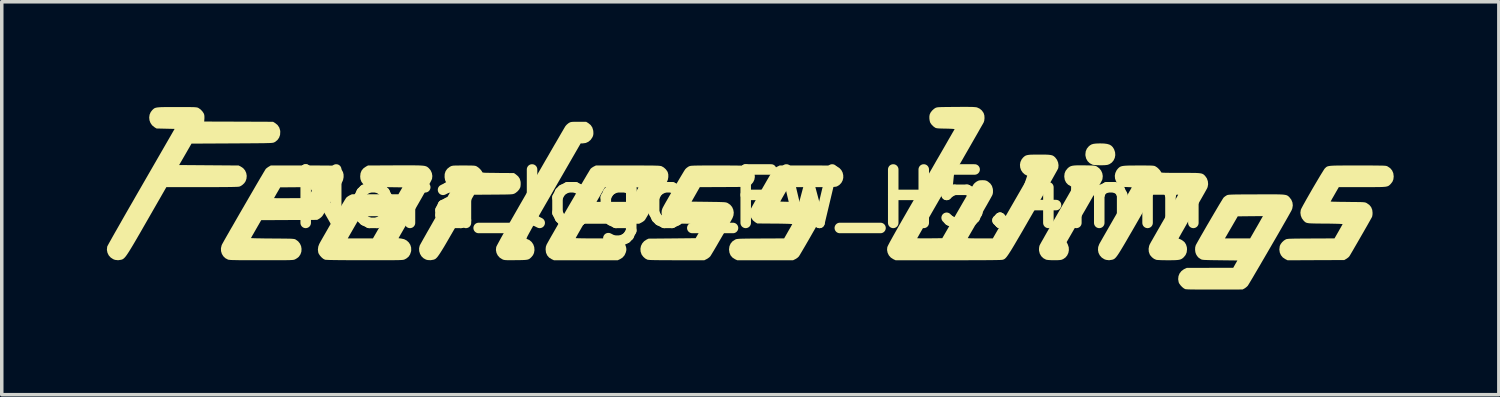
<source format=kicad_pcb>
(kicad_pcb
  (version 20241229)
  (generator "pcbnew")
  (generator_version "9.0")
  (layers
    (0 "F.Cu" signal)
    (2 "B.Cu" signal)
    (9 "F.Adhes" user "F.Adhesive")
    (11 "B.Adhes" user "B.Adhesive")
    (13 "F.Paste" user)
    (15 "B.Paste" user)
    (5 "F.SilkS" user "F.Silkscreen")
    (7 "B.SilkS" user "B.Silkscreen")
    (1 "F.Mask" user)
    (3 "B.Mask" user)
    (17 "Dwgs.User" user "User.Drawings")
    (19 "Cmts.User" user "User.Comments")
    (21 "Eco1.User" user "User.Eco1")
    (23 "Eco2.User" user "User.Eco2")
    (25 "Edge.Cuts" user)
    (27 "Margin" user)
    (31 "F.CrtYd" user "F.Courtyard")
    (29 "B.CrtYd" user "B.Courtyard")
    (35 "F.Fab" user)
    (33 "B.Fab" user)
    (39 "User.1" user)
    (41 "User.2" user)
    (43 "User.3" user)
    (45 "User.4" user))
  (footprint "Nora_logo_FW_H5.4mm"
    (layer "F.Cu")
    (at 18.336 2.62)
    (property "Reference" "Nora_logo_FW_H5.4mm" (at 0 0 0) (layer "F.SilkS") (effects (font (size 1.524 1.524) (thickness 0.3))))
    (attr board_only exclude_from_pos_files exclude_from_bom)
    (fp_poly (pts (xy 10.115 -1.575) (xy 10.2 -1.564) (xy 10.267 -1.545) (xy 10.32 -1.515) (xy 10.362 -1.474) (xy 10.397 -1.419) (xy 10.403 -1.407) (xy 10.43 -1.326) (xy 10.436 -1.243) (xy 10.421 -1.164) (xy 10.387 -1.092) (xy 10.337 -1.032) (xy 10.271 -0.987) (xy 10.221 -0.968) (xy 10.184 -0.962) (xy 10.129 -0.957) (xy 10.063 -0.955) (xy 9.991 -0.955) (xy 9.921 -0.957) (xy 9.858 -0.961) (xy 9.809 -0.966) (xy 9.785 -0.972) (xy 9.708 -1.012) (xy 9.648 -1.07) (xy 9.606 -1.143) (xy 9.585 -1.226) (xy 9.583 -1.266) (xy 9.593 -1.353) (xy 9.625 -1.428) (xy 9.677 -1.492) (xy 9.716 -1.524) (xy 9.757 -1.548) (xy 9.808 -1.564) (xy 9.871 -1.573) (xy 9.951 -1.577) (xy 10.009 -1.578)) (stroke (width 0) (type solid)) (fill yes) (layer "F.SilkS"))
    (fp_poly (pts (xy 9.528 -0.953) (xy 9.56 -0.952) (xy 9.655 -0.951) (xy 9.729 -0.949) (xy 9.784 -0.947) (xy 9.824 -0.944) (xy 9.854 -0.94) (xy 9.876 -0.934) (xy 9.895 -0.927) (xy 9.909 -0.92) (xy 9.978 -0.869) (xy 10.031 -0.804) (xy 10.065 -0.728) (xy 10.079 -0.646) (xy 10.07 -0.563) (xy 10.061 -0.534) (xy 10.052 -0.517) (xy 10.032 -0.478) (xy 10.001 -0.422) (xy 9.96 -0.349) (xy 9.91 -0.26) (xy 9.852 -0.159) (xy 9.788 -0.047) (xy 9.718 0.076) (xy 9.643 0.206) (xy 9.565 0.342) (xy 9.546 0.374) (xy 9.048 1.238) (xy 9.081 1.305) (xy 9.108 1.386) (xy 9.112 1.468) (xy 9.097 1.547) (xy 9.063 1.619) (xy 9.013 1.679) (xy 8.947 1.724) (xy 8.898 1.743) (xy 8.86 1.749) (xy 8.804 1.753) (xy 8.737 1.755) (xy 8.665 1.755) (xy 8.594 1.753) (xy 8.531 1.749) (xy 8.482 1.743) (xy 8.459 1.738) (xy 8.384 1.698) (xy 8.324 1.64) (xy 8.282 1.568) (xy 8.261 1.485) (xy 8.259 1.448) (xy 8.262 1.398) (xy 8.27 1.352) (xy 8.277 1.33) (xy 8.286 1.313) (xy 8.307 1.274) (xy 8.338 1.218) (xy 8.38 1.145) (xy 8.429 1.058) (xy 8.486 0.957) (xy 8.55 0.846) (xy 8.619 0.726) (xy 8.692 0.599) (xy 8.756 0.488) (xy 8.831 0.357) (xy 8.903 0.232) (xy 8.97 0.116) (xy 9.031 0.01) (xy 9.086 -0.085) (xy 9.132 -0.166) (xy 9.17 -0.232) (xy 9.199 -0.281) (xy 9.216 -0.311) (xy 9.222 -0.321) (xy 9.214 -0.33) (xy 9.189 -0.345) (xy 9.164 -0.357) (xy 9.088 -0.402) (xy 9.031 -0.463) (xy 8.995 -0.538) (xy 8.981 -0.626) (xy 8.981 -0.644) (xy 8.99 -0.725) (xy 9.019 -0.796) (xy 9.07 -0.86) (xy 9.078 -0.868) (xy 9.107 -0.894) (xy 9.137 -0.914) (xy 9.171 -0.93) (xy 9.214 -0.941) (xy 9.267 -0.948) (xy 9.335 -0.952) (xy 9.421 -0.953)) (stroke (width 0) (type solid)) (fill yes) (layer "F.SilkS"))
    (fp_poly (pts (xy -4.6 -2.157) (xy -4.532 -2.102) (xy -4.486 -2.033) (xy -4.461 -1.95) (xy -4.456 -1.907) (xy -4.455 -1.854) (xy -4.46 -1.814) (xy -4.473 -1.775) (xy -4.485 -1.75) (xy -4.534 -1.678) (xy -4.599 -1.624) (xy -4.677 -1.59) (xy -4.765 -1.578) (xy -4.818 -1.578) (xy -5.602 -0.22) (xy -5.718 -0.018) (xy -5.823 0.163) (xy -5.916 0.325) (xy -5.998 0.468) (xy -6.069 0.593) (xy -6.131 0.702) (xy -6.185 0.795) (xy -6.229 0.875) (xy -6.266 0.942) (xy -6.296 0.996) (xy -6.32 1.041) (xy -6.338 1.075) (xy -6.35 1.102) (xy -6.358 1.121) (xy -6.362 1.133) (xy -6.362 1.141) (xy -6.36 1.146) (xy -6.358 1.147) (xy -6.281 1.18) (xy -6.218 1.233) (xy -6.171 1.301) (xy -6.143 1.379) (xy -6.136 1.465) (xy -6.137 1.474) (xy -6.15 1.549) (xy -6.178 1.61) (xy -6.223 1.666) (xy -6.224 1.666) (xy -6.249 1.69) (xy -6.271 1.709) (xy -6.296 1.724) (xy -6.324 1.735) (xy -6.361 1.742) (xy -6.409 1.747) (xy -6.473 1.75) (xy -6.554 1.752) (xy -6.657 1.753) (xy -6.668 1.753) (xy -6.768 1.754) (xy -6.846 1.754) (xy -6.906 1.754) (xy -6.95 1.752) (xy -6.983 1.749) (xy -7.008 1.745) (xy -7.028 1.739) (xy -7.047 1.731) (xy -7.05 1.73) (xy -7.126 1.683) (xy -7.183 1.62) (xy -7.22 1.546) (xy -7.236 1.464) (xy -7.228 1.381) (xy -7.221 1.363) (xy -7.204 1.328) (xy -7.176 1.276) (xy -7.138 1.206) (xy -7.09 1.117) (xy -7.03 1.01) (xy -6.959 0.885) (xy -6.876 0.739) (xy -6.782 0.574) (xy -6.676 0.389) (xy -6.558 0.183) (xy -6.427 -0.044) (xy -6.284 -0.293) (xy -6.252 -0.349) (xy -6.142 -0.54) (xy -6.035 -0.725) (xy -5.931 -0.904) (xy -5.833 -1.075) (xy -5.739 -1.236) (xy -5.652 -1.387) (xy -5.571 -1.527) (xy -5.497 -1.653) (xy -5.432 -1.765) (xy -5.376 -1.862) (xy -5.329 -1.942) (xy -5.293 -2.004) (xy -5.268 -2.046) (xy -5.254 -2.069) (xy -5.253 -2.071) (xy -5.219 -2.11) (xy -5.176 -2.147) (xy -5.157 -2.16) (xy -5.134 -2.173) (xy -5.114 -2.182) (xy -5.091 -2.188) (xy -5.061 -2.192) (xy -5.02 -2.194) (xy -4.962 -2.195) (xy -4.884 -2.195) (xy -4.662 -2.195)) (stroke (width 0) (type solid)) (fill yes) (layer "F.SilkS"))
    (fp_poly (pts (xy -8.057 -0.948) (xy -7.98 -0.947) (xy -7.92 -0.946) (xy -7.877 -0.944) (xy -7.845 -0.941) (xy -7.821 -0.937) (xy -7.803 -0.931) (xy -7.786 -0.923) (xy -7.781 -0.92) (xy -7.739 -0.892) (xy -7.696 -0.854) (xy -7.659 -0.813) (xy -7.634 -0.776) (xy -7.63 -0.766) (xy -7.627 -0.759) (xy -7.621 -0.753) (xy -7.611 -0.749) (xy -7.593 -0.745) (xy -7.565 -0.742) (xy -7.524 -0.74) (xy -7.468 -0.739) (xy -7.395 -0.738) (xy -7.301 -0.737) (xy -7.185 -0.736) (xy -7.171 -0.735) (xy -6.721 -0.732) (xy -6.666 -0.693) (xy -6.6 -0.636) (xy -6.557 -0.573) (xy -6.535 -0.499) (xy -6.53 -0.459) (xy -6.53 -0.404) (xy -6.535 -0.353) (xy -6.541 -0.324) (xy -6.57 -0.268) (xy -6.615 -0.214) (xy -6.671 -0.168) (xy -6.706 -0.147) (xy -6.721 -0.141) (xy -6.737 -0.136) (xy -6.756 -0.131) (xy -6.782 -0.128) (xy -6.815 -0.125) (xy -6.86 -0.123) (xy -6.918 -0.121) (xy -6.992 -0.12) (xy -7.084 -0.119) (xy -7.198 -0.118) (xy -7.311 -0.117) (xy -7.858 -0.113) (xy -8.354 0.748) (xy -8.451 0.916) (xy -8.536 1.063) (xy -8.61 1.191) (xy -8.674 1.301) (xy -8.73 1.395) (xy -8.778 1.473) (xy -8.819 1.538) (xy -8.854 1.591) (xy -8.884 1.633) (xy -8.909 1.666) (xy -8.932 1.69) (xy -8.952 1.709) (xy -8.972 1.722) (xy -8.991 1.731) (xy -9.01 1.738) (xy -9.018 1.74) (xy -9.098 1.754) (xy -9.179 1.75) (xy -9.23 1.738) (xy -9.302 1.699) (xy -9.36 1.643) (xy -9.401 1.574) (xy -9.425 1.496) (xy -9.428 1.414) (xy -9.412 1.341) (xy -9.403 1.322) (xy -9.382 1.283) (xy -9.35 1.226) (xy -9.309 1.152) (xy -9.259 1.064) (xy -9.202 0.963) (xy -9.138 0.851) (xy -9.069 0.73) (xy -8.996 0.602) (xy -8.928 0.485) (xy -8.852 0.354) (xy -8.781 0.23) (xy -8.713 0.113) (xy -8.652 0.007) (xy -8.598 -0.088) (xy -8.551 -0.169) (xy -8.513 -0.235) (xy -8.485 -0.285) (xy -8.468 -0.315) (xy -8.462 -0.325) (xy -8.473 -0.332) (xy -8.5 -0.346) (xy -8.522 -0.356) (xy -8.598 -0.4) (xy -8.652 -0.456) (xy -8.686 -0.526) (xy -8.701 -0.613) (xy -8.701 -0.614) (xy -8.698 -0.706) (xy -8.672 -0.786) (xy -8.625 -0.853) (xy -8.555 -0.908) (xy -8.533 -0.92) (xy -8.516 -0.929) (xy -8.498 -0.935) (xy -8.477 -0.94) (xy -8.447 -0.944) (xy -8.407 -0.946) (xy -8.352 -0.947) (xy -8.28 -0.948) (xy -8.187 -0.948) (xy -8.157 -0.948)) (stroke (width 0) (type solid)) (fill yes) (layer "F.SilkS"))
    (fp_poly (pts (xy -16.339 -2.615) (xy -16.205 -2.615) (xy -16.093 -2.615) (xy -16.002 -2.615) (xy -15.929 -2.614) (xy -15.872 -2.613) (xy -15.828 -2.611) (xy -15.795 -2.608) (xy -15.771 -2.605) (xy -15.753 -2.601) (xy -15.739 -2.596) (xy -15.726 -2.59) (xy -15.721 -2.587) (xy -15.666 -2.549) (xy -15.615 -2.497) (xy -15.577 -2.442) (xy -15.563 -2.411) (xy -15.554 -2.365) (xy -15.553 -2.306) (xy -15.554 -2.283) (xy -15.56 -2.202) (xy -14.578 -2.199) (xy -13.595 -2.195) (xy -13.533 -2.157) (xy -13.465 -2.101) (xy -13.418 -2.031) (xy -13.393 -1.948) (xy -13.389 -1.913) (xy -13.395 -1.821) (xy -13.423 -1.741) (xy -13.472 -1.673) (xy -13.541 -1.619) (xy -13.561 -1.609) (xy -13.57 -1.605) (xy -13.581 -1.601) (xy -13.595 -1.598) (xy -13.614 -1.595) (xy -13.64 -1.592) (xy -13.674 -1.59) (xy -13.717 -1.588) (xy -13.772 -1.587) (xy -13.84 -1.585) (xy -13.923 -1.584) (xy -14.021 -1.583) (xy -14.138 -1.582) (xy -14.273 -1.581) (xy -14.43 -1.58) (xy -14.609 -1.579) (xy -14.766 -1.578) (xy -15.922 -1.572) (xy -16.098 -1.266) (xy -16.275 -0.961) (xy -14.577 -0.948) (xy -14.517 -0.918) (xy -14.447 -0.871) (xy -14.394 -0.808) (xy -14.36 -0.733) (xy -14.346 -0.652) (xy -14.354 -0.569) (xy -14.381 -0.495) (xy -14.417 -0.443) (xy -14.467 -0.396) (xy -14.524 -0.359) (xy -14.556 -0.346) (xy -14.574 -0.343) (xy -14.609 -0.34) (xy -14.66 -0.338) (xy -14.73 -0.336) (xy -14.819 -0.334) (xy -14.928 -0.333) (xy -15.058 -0.332) (xy -15.21 -0.331) (xy -15.386 -0.331) (xy -15.586 -0.331) (xy -15.622 -0.331) (xy -16.639 -0.331) (xy -17.192 0.632) (xy -17.295 0.811) (xy -17.385 0.968) (xy -17.465 1.106) (xy -17.535 1.226) (xy -17.596 1.329) (xy -17.649 1.417) (xy -17.694 1.49) (xy -17.733 1.551) (xy -17.766 1.6) (xy -17.795 1.64) (xy -17.82 1.67) (xy -17.842 1.693) (xy -17.862 1.71) (xy -17.88 1.723) (xy -17.899 1.732) (xy -17.918 1.738) (xy -17.925 1.741) (xy -18.016 1.755) (xy -18.103 1.745) (xy -18.154 1.726) (xy -18.227 1.679) (xy -18.284 1.616) (xy -18.32 1.541) (xy -18.336 1.459) (xy -18.328 1.373) (xy -18.325 1.361) (xy -18.317 1.345) (xy -18.297 1.308) (xy -18.266 1.251) (xy -18.224 1.177) (xy -18.173 1.085) (xy -18.112 0.977) (xy -18.042 0.855) (xy -17.965 0.72) (xy -17.881 0.572) (xy -17.791 0.414) (xy -17.695 0.247) (xy -17.593 0.071) (xy -17.488 -0.113) (xy -17.379 -0.301) (xy -17.358 -0.338) (xy -16.404 -1.992) (xy -16.662 -1.998) (xy -16.921 -2.004) (xy -16.983 -2.043) (xy -17.047 -2.096) (xy -17.093 -2.163) (xy -17.121 -2.239) (xy -17.129 -2.318) (xy -17.118 -2.398) (xy -17.086 -2.471) (xy -17.047 -2.522) (xy -17.026 -2.544) (xy -17.007 -2.561) (xy -16.988 -2.576) (xy -16.966 -2.587) (xy -16.939 -2.596) (xy -16.904 -2.603) (xy -16.859 -2.608) (xy -16.801 -2.612) (xy -16.728 -2.614) (xy -16.638 -2.615) (xy -16.529 -2.615) (xy -16.397 -2.615)) (stroke (width 0) (type solid)) (fill yes) (layer "F.SilkS"))
    (fp_poly (pts (xy -0.715 -0.948) (xy -0.569 -0.948) (xy -0.445 -0.947) (xy -0.34 -0.946) (xy -0.253 -0.945) (xy -0.182 -0.942) (xy -0.124 -0.939) (xy -0.079 -0.934) (xy -0.043 -0.927) (xy -0.015 -0.919) (xy 0.007 -0.909) (xy 0.025 -0.897) (xy 0.041 -0.883) (xy 0.056 -0.866) (xy 0.067 -0.854) (xy 0.117 -0.782) (xy 0.145 -0.703) (xy 0.152 -0.622) (xy 0.138 -0.543) (xy 0.103 -0.47) (xy 0.049 -0.407) (xy 0.007 -0.376) (xy -0.055 -0.337) (xy -0.737 -0.333) (xy -1.419 -0.33) (xy -1.537 -0.123) (xy -1.654 0.083) (xy -1.167 0.089) (xy -1.043 0.091) (xy -0.942 0.092) (xy -0.861 0.094) (xy -0.797 0.096) (xy -0.747 0.098) (xy -0.71 0.101) (xy -0.683 0.104) (xy -0.661 0.109) (xy -0.644 0.114) (xy -0.629 0.121) (xy -0.62 0.125) (xy -0.55 0.173) (xy -0.497 0.236) (xy -0.464 0.311) (xy -0.45 0.392) (xy -0.458 0.475) (xy -0.485 0.55) (xy -0.502 0.582) (xy -0.529 0.631) (xy -0.565 0.695) (xy -0.608 0.771) (xy -0.657 0.856) (xy -0.71 0.949) (xy -0.766 1.045) (xy -0.823 1.143) (xy -0.879 1.239) (xy -0.932 1.331) (xy -0.982 1.416) (xy -1.027 1.492) (xy -1.065 1.555) (xy -1.094 1.603) (xy -1.113 1.633) (xy -1.118 1.642) (xy -1.15 1.673) (xy -1.193 1.705) (xy -1.221 1.721) (xy -1.29 1.756) (xy -2.08 1.756) (xy -2.248 1.755) (xy -2.392 1.755) (xy -2.515 1.754) (xy -2.617 1.753) (xy -2.701 1.752) (xy -2.769 1.75) (xy -2.822 1.749) (xy -2.862 1.746) (xy -2.891 1.743) (xy -2.911 1.74) (xy -2.919 1.737) (xy -2.976 1.706) (xy -3.03 1.658) (xy -3.074 1.6) (xy -3.081 1.588) (xy -3.108 1.508) (xy -3.113 1.426) (xy -3.097 1.346) (xy -3.06 1.273) (xy -3.006 1.211) (xy -2.943 1.169) (xy -2.882 1.139) (xy -2.21 1.133) (xy -1.537 1.126) (xy -1.302 0.719) (xy -1.806 0.713) (xy -1.932 0.711) (xy -2.036 0.709) (xy -2.119 0.708) (xy -2.185 0.706) (xy -2.235 0.704) (xy -2.273 0.701) (xy -2.3 0.698) (xy -2.32 0.694) (xy -2.335 0.689) (xy -2.347 0.683) (xy -2.354 0.679) (xy -2.427 0.621) (xy -2.476 0.554) (xy -2.503 0.474) (xy -2.51 0.399) (xy -2.503 0.33) (xy -2.483 0.27) (xy -2.477 0.259) (xy -2.457 0.221) (xy -2.427 0.166) (xy -2.388 0.097) (xy -2.342 0.017) (xy -2.291 -0.072) (xy -2.236 -0.167) (xy -2.179 -0.265) (xy -2.121 -0.364) (xy -2.064 -0.46) (xy -2.01 -0.552) (xy -1.96 -0.636) (xy -1.916 -0.709) (xy -1.88 -0.77) (xy -1.852 -0.814) (xy -1.834 -0.84) (xy -1.831 -0.845) (xy -1.793 -0.881) (xy -1.747 -0.913) (xy -1.732 -0.921) (xy -1.719 -0.927) (xy -1.706 -0.931) (xy -1.691 -0.935) (xy -1.671 -0.939) (xy -1.644 -0.941) (xy -1.609 -0.943) (xy -1.564 -0.945) (xy -1.505 -0.946) (xy -1.433 -0.947) (xy -1.343 -0.948) (xy -1.235 -0.948) (xy -1.107 -0.948) (xy -0.956 -0.948) (xy -0.884 -0.948)) (stroke (width 0) (type solid)) (fill yes) (layer "F.SilkS"))
    (fp_poly (pts (xy -3.299 -0.948) (xy -3.148 -0.948) (xy -3.018 -0.948) (xy -2.908 -0.947) (xy -2.817 -0.946) (xy -2.741 -0.946) (xy -2.68 -0.944) (xy -2.632 -0.943) (xy -2.594 -0.941) (xy -2.565 -0.938) (xy -2.542 -0.935) (xy -2.525 -0.932) (xy -2.512 -0.928) (xy -2.505 -0.925) (xy -2.447 -0.892) (xy -2.392 -0.843) (xy -2.349 -0.786) (xy -2.334 -0.756) (xy -2.318 -0.693) (xy -2.317 -0.619) (xy -2.33 -0.546) (xy -2.346 -0.503) (xy -2.359 -0.477) (xy -2.384 -0.432) (xy -2.417 -0.372) (xy -2.459 -0.298) (xy -2.507 -0.214) (xy -2.559 -0.123) (xy -2.614 -0.026) (xy -2.671 0.073) (xy -2.728 0.171) (xy -2.783 0.265) (xy -2.834 0.354) (xy -2.881 0.434) (xy -2.921 0.501) (xy -2.953 0.555) (xy -2.975 0.591) (xy -2.985 0.606) (xy -3.014 0.635) (xy -3.055 0.664) (xy -3.082 0.679) (xy -3.148 0.713) (xy -3.938 0.713) (xy -4.728 0.713) (xy -4.842 0.913) (xy -4.879 0.977) (xy -4.911 1.034) (xy -4.937 1.08) (xy -4.954 1.111) (xy -4.961 1.123) (xy -4.949 1.125) (xy -4.915 1.127) (xy -4.86 1.128) (xy -4.787 1.13) (xy -4.699 1.131) (xy -4.598 1.132) (xy -4.486 1.132) (xy -4.381 1.133) (xy -4.232 1.133) (xy -4.107 1.133) (xy -4.002 1.134) (xy -3.916 1.136) (xy -3.846 1.139) (xy -3.79 1.144) (xy -3.745 1.15) (xy -3.71 1.158) (xy -3.682 1.169) (xy -3.659 1.182) (xy -3.639 1.198) (xy -3.618 1.217) (xy -3.607 1.228) (xy -3.558 1.29) (xy -3.532 1.35) (xy -3.518 1.403) (xy -3.514 1.445) (xy -3.518 1.486) (xy -3.532 1.538) (xy -3.568 1.616) (xy -3.624 1.68) (xy -3.697 1.726) (xy -3.76 1.756) (xy -5.58 1.756) (xy -5.644 1.726) (xy -5.719 1.679) (xy -5.773 1.616) (xy -5.807 1.539) (xy -5.818 1.45) (xy -5.818 1.443) (xy -5.812 1.373) (xy -5.791 1.312) (xy -5.786 1.302) (xy -5.77 1.273) (xy -5.743 1.224) (xy -5.706 1.158) (xy -5.66 1.077) (xy -5.606 0.983) (xy -5.546 0.878) (xy -5.48 0.763) (xy -5.409 0.64) (xy -5.335 0.511) (xy -5.258 0.379) (xy -5.18 0.244) (xy -5.102 0.11) (xy -5.09 0.089) (xy -4.366 0.089) (xy -3.404 0.089) (xy -3.29 -0.111) (xy -3.253 -0.175) (xy -3.22 -0.232) (xy -3.194 -0.278) (xy -3.177 -0.309) (xy -3.171 -0.32) (xy -3.182 -0.323) (xy -3.216 -0.325) (xy -3.27 -0.326) (xy -3.341 -0.327) (xy -3.427 -0.328) (xy -3.524 -0.328) (xy -3.631 -0.328) (xy -3.646 -0.328) (xy -4.126 -0.324) (xy -4.215 -0.172) (xy -4.25 -0.111) (xy -4.284 -0.052) (xy -4.313 -0.003) (xy -4.333 0.031) (xy -4.335 0.035) (xy -4.366 0.089) (xy -5.09 0.089) (xy -5.024 -0.023) (xy -4.949 -0.153) (xy -4.876 -0.277) (xy -4.808 -0.394) (xy -4.745 -0.502) (xy -4.687 -0.6) (xy -4.638 -0.684) (xy -4.596 -0.753) (xy -4.564 -0.807) (xy -4.543 -0.841) (xy -4.533 -0.856) (xy -4.501 -0.883) (xy -4.459 -0.91) (xy -4.442 -0.919) (xy -4.384 -0.948) (xy -3.474 -0.948)) (stroke (width 0) (type solid)) (fill yes) (layer "F.SilkS"))
    (fp_poly (pts (xy 14.993 -0.125) (xy 15.08 -0.124) (xy 15.152 -0.122) (xy 15.209 -0.119) (xy 15.256 -0.114) (xy 15.292 -0.108) (xy 15.32 -0.101) (xy 15.343 -0.091) (xy 15.362 -0.08) (xy 15.378 -0.067) (xy 15.395 -0.051) (xy 15.404 -0.042) (xy 15.458 0.027) (xy 15.491 0.107) (xy 15.501 0.191) (xy 15.487 0.277) (xy 15.469 0.324) (xy 15.455 0.351) (xy 15.43 0.396) (xy 15.395 0.459) (xy 15.351 0.537) (xy 15.298 0.63) (xy 15.238 0.734) (xy 15.173 0.848) (xy 15.103 0.97) (xy 15.029 1.098) (xy 14.952 1.23) (xy 14.874 1.365) (xy 14.795 1.501) (xy 14.717 1.635) (xy 14.641 1.765) (xy 14.568 1.891) (xy 14.498 2.01) (xy 14.434 2.119) (xy 14.376 2.218) (xy 14.325 2.304) (xy 14.282 2.376) (xy 14.249 2.431) (xy 14.226 2.468) (xy 14.215 2.485) (xy 14.177 2.521) (xy 14.134 2.554) (xy 14.121 2.561) (xy 14.068 2.59) (xy 13.273 2.592) (xy 13.089 2.592) (xy 12.929 2.592) (xy 12.793 2.591) (xy 12.681 2.59) (xy 12.59 2.589) (xy 12.52 2.587) (xy 12.471 2.584) (xy 12.441 2.581) (xy 12.433 2.58) (xy 12.39 2.557) (xy 12.342 2.518) (xy 12.298 2.471) (xy 12.262 2.422) (xy 12.245 2.385) (xy 12.23 2.295) (xy 12.239 2.21) (xy 12.27 2.132) (xy 12.322 2.065) (xy 12.392 2.013) (xy 12.413 2.003) (xy 12.477 1.973) (xy 13.139 1.972) (xy 13.801 1.972) (xy 13.86 1.867) (xy 13.92 1.762) (xy 13.421 1.756) (xy 13.295 1.754) (xy 13.192 1.753) (xy 13.109 1.751) (xy 13.044 1.749) (xy 12.994 1.747) (xy 12.956 1.745) (xy 12.928 1.741) (xy 12.907 1.737) (xy 12.891 1.732) (xy 12.877 1.725) (xy 12.872 1.722) (xy 12.814 1.684) (xy 12.77 1.634) (xy 12.74 1.582) (xy 12.721 1.525) (xy 12.713 1.456) (xy 12.716 1.388) (xy 12.73 1.333) (xy 12.741 1.31) (xy 12.764 1.268) (xy 12.797 1.209) (xy 12.838 1.137) (xy 12.84 1.133) (xy 13.564 1.133) (xy 13.924 1.132) (xy 14.284 1.132) (xy 14.424 0.888) (xy 14.468 0.812) (xy 14.511 0.738) (xy 14.549 0.671) (xy 14.58 0.616) (xy 14.602 0.577) (xy 14.606 0.57) (xy 14.649 0.496) (xy 14.289 0.499) (xy 13.93 0.503) (xy 13.779 0.764) (xy 13.734 0.841) (xy 13.692 0.913) (xy 13.654 0.978) (xy 13.624 1.031) (xy 13.603 1.067) (xy 13.596 1.078) (xy 13.564 1.133) (xy 12.84 1.133) (xy 12.886 1.052) (xy 12.94 0.959) (xy 12.998 0.858) (xy 13.059 0.752) (xy 13.122 0.645) (xy 13.185 0.537) (xy 13.246 0.433) (xy 13.305 0.333) (xy 13.36 0.24) (xy 13.409 0.157) (xy 13.452 0.087) (xy 13.486 0.031) (xy 13.511 -0.009) (xy 13.524 -0.029) (xy 13.525 -0.03) (xy 13.559 -0.06) (xy 13.6 -0.088) (xy 13.61 -0.093) (xy 13.621 -0.099) (xy 13.632 -0.104) (xy 13.646 -0.108) (xy 13.665 -0.111) (xy 13.69 -0.114) (xy 13.724 -0.116) (xy 13.768 -0.118) (xy 13.825 -0.12) (xy 13.897 -0.121) (xy 13.985 -0.122) (xy 14.092 -0.123) (xy 14.219 -0.123) (xy 14.368 -0.124) (xy 14.449 -0.124) (xy 14.618 -0.125) (xy 14.764 -0.126) (xy 14.888 -0.126)) (stroke (width 0) (type solid)) (fill yes) (layer "F.SilkS"))
    (fp_poly (pts (xy -9.567 -0.952) (xy -9.48 -0.951) (xy -9.408 -0.949) (xy -9.35 -0.945) (xy -9.303 -0.941) (xy -9.266 -0.935) (xy -9.237 -0.927) (xy -9.214 -0.918) (xy -9.194 -0.907) (xy -9.176 -0.893) (xy -9.158 -0.878) (xy -9.155 -0.876) (xy -9.1 -0.811) (xy -9.064 -0.733) (xy -9.05 -0.649) (xy -9.059 -0.566) (xy -9.069 -0.544) (xy -9.09 -0.501) (xy -9.123 -0.439) (xy -9.166 -0.36) (xy -9.219 -0.264) (xy -9.282 -0.152) (xy -9.352 -0.028) (xy -9.431 0.11) (xy -9.516 0.258) (xy -9.545 0.308) (xy -9.621 0.439) (xy -9.693 0.565) (xy -9.761 0.682) (xy -9.822 0.789) (xy -9.877 0.884) (xy -9.924 0.966) (xy -9.963 1.033) (xy -9.991 1.083) (xy -10.009 1.115) (xy -10.015 1.125) (xy -10.003 1.128) (xy -9.973 1.132) (xy -9.939 1.136) (xy -9.854 1.155) (xy -9.78 1.194) (xy -9.721 1.249) (xy -9.678 1.317) (xy -9.655 1.394) (xy -9.653 1.477) (xy -9.658 1.507) (xy -9.686 1.59) (xy -9.728 1.654) (xy -9.789 1.704) (xy -9.837 1.73) (xy -9.847 1.734) (xy -9.859 1.738) (xy -9.873 1.742) (xy -9.891 1.745) (xy -9.914 1.747) (xy -9.946 1.749) (xy -9.986 1.751) (xy -10.038 1.752) (xy -10.102 1.753) (xy -10.18 1.754) (xy -10.274 1.754) (xy -10.385 1.755) (xy -10.516 1.755) (xy -10.668 1.755) (xy -10.842 1.755) (xy -10.982 1.755) (xy -11.2 1.754) (xy -11.394 1.754) (xy -11.563 1.753) (xy -11.708 1.752) (xy -11.83 1.75) (xy -11.93 1.749) (xy -12.008 1.747) (xy -12.065 1.744) (xy -12.1 1.742) (xy -12.115 1.739) (xy -12.162 1.715) (xy -12.211 1.674) (xy -12.256 1.624) (xy -12.291 1.571) (xy -12.305 1.536) (xy -12.316 1.453) (xy -12.305 1.366) (xy -12.279 1.296) (xy -12.261 1.261) (xy -12.232 1.209) (xy -12.194 1.142) (xy -12.189 1.133) (xy -11.464 1.133) (xy -10.745 1.133) (xy -10.568 0.825) (xy -10.521 0.745) (xy -10.479 0.672) (xy -10.443 0.608) (xy -10.414 0.558) (xy -10.395 0.523) (xy -10.386 0.508) (xy -10.386 0.507) (xy -10.397 0.504) (xy -10.431 0.502) (xy -10.484 0.5) (xy -10.554 0.499) (xy -10.638 0.499) (xy -10.733 0.499) (xy -10.742 0.499) (xy -11.101 0.503) (xy -11.283 0.818) (xy -11.464 1.133) (xy -12.189 1.133) (xy -12.149 1.063) (xy -12.097 0.973) (xy -12.041 0.875) (xy -11.982 0.772) (xy -11.92 0.666) (xy -11.858 0.56) (xy -11.796 0.455) (xy -11.737 0.354) (xy -11.682 0.26) (xy -11.632 0.175) (xy -11.588 0.102) (xy -11.552 0.042) (xy -11.525 -0.001) (xy -11.509 -0.026) (xy -11.506 -0.03) (xy -11.474 -0.057) (xy -11.431 -0.085) (xy -11.408 -0.097) (xy -11.345 -0.127) (xy -10.682 -0.127) (xy -10.018 -0.127) (xy -9.961 -0.226) (xy -9.904 -0.324) (xy -10.402 -0.331) (xy -10.527 -0.333) (xy -10.631 -0.334) (xy -10.713 -0.336) (xy -10.779 -0.337) (xy -10.829 -0.34) (xy -10.867 -0.342) (xy -10.894 -0.346) (xy -10.915 -0.35) (xy -10.931 -0.355) (xy -10.945 -0.362) (xy -10.95 -0.365) (xy -11.022 -0.416) (xy -11.073 -0.482) (xy -11.102 -0.56) (xy -11.109 -0.636) (xy -11.099 -0.728) (xy -11.068 -0.805) (xy -11.015 -0.868) (xy -10.942 -0.918) (xy -10.887 -0.948) (xy -10.112 -0.952) (xy -9.943 -0.952) (xy -9.797 -0.953) (xy -9.672 -0.953)) (stroke (width 0) (type solid)) (fill yes) (layer "F.SilkS"))
    (fp_poly (pts (xy 1.809 -0.948) (xy 1.947 -0.948) (xy 2.064 -0.948) (xy 2.16 -0.947) (xy 2.24 -0.947) (xy 2.304 -0.945) (xy 2.355 -0.944) (xy 2.394 -0.942) (xy 2.424 -0.94) (xy 2.446 -0.937) (xy 2.463 -0.933) (xy 2.477 -0.929) (xy 2.489 -0.924) (xy 2.494 -0.921) (xy 2.566 -0.875) (xy 2.62 -0.816) (xy 2.656 -0.747) (xy 2.674 -0.672) (xy 2.675 -0.596) (xy 2.657 -0.522) (xy 2.621 -0.454) (xy 2.567 -0.396) (xy 2.501 -0.355) (xy 2.488 -0.35) (xy 2.473 -0.345) (xy 2.453 -0.342) (xy 2.427 -0.339) (xy 2.392 -0.336) (xy 2.346 -0.335) (xy 2.286 -0.333) (xy 2.211 -0.332) (xy 2.119 -0.332) (xy 2.007 -0.331) (xy 1.873 -0.331) (xy 1.78 -0.331) (xy 1.111 -0.331) (xy 0.994 -0.129) (xy 0.957 -0.064) (xy 0.925 -0.008) (xy 0.9 0.038) (xy 0.884 0.068) (xy 0.878 0.08) (xy 0.89 0.082) (xy 0.925 0.084) (xy 0.98 0.085) (xy 1.052 0.087) (xy 1.138 0.089) (xy 1.236 0.09) (xy 1.343 0.091) (xy 1.358 0.091) (xy 1.482 0.093) (xy 1.583 0.094) (xy 1.664 0.095) (xy 1.728 0.097) (xy 1.777 0.099) (xy 1.814 0.101) (xy 1.841 0.105) (xy 1.862 0.109) (xy 1.88 0.115) (xy 1.895 0.122) (xy 1.896 0.122) (xy 1.955 0.16) (xy 2.01 0.214) (xy 2.05 0.274) (xy 2.057 0.288) (xy 2.069 0.338) (xy 2.074 0.4) (xy 2.07 0.463) (xy 2.059 0.51) (xy 2.05 0.53) (xy 2.03 0.568) (xy 1.999 0.624) (xy 1.961 0.693) (xy 1.915 0.774) (xy 1.865 0.863) (xy 1.81 0.958) (xy 1.754 1.057) (xy 1.697 1.156) (xy 1.641 1.253) (xy 1.587 1.346) (xy 1.537 1.431) (xy 1.493 1.506) (xy 1.456 1.568) (xy 1.428 1.615) (xy 1.409 1.644) (xy 1.405 1.65) (xy 1.376 1.678) (xy 1.335 1.708) (xy 1.309 1.723) (xy 1.242 1.756) (xy 0.446 1.756) (xy -0.35 1.756) (xy -0.414 1.726) (xy -0.487 1.679) (xy -0.541 1.616) (xy -0.573 1.539) (xy -0.585 1.448) (xy -0.585 1.444) (xy -0.573 1.356) (xy -0.539 1.279) (xy -0.484 1.214) (xy -0.409 1.166) (xy -0.401 1.162) (xy -0.388 1.157) (xy -0.372 1.152) (xy -0.351 1.149) (xy -0.323 1.146) (xy -0.286 1.143) (xy -0.237 1.141) (xy -0.174 1.14) (xy -0.096 1.138) (xy 0.001 1.137) (xy 0.118 1.136) (xy 0.257 1.136) (xy 0.319 1.135) (xy 0.988 1.132) (xy 1.101 0.934) (xy 1.138 0.869) (xy 1.171 0.813) (xy 1.196 0.767) (xy 1.213 0.736) (xy 1.219 0.725) (xy 1.208 0.722) (xy 1.174 0.72) (xy 1.12 0.717) (xy 1.048 0.715) (xy 0.961 0.713) (xy 0.862 0.711) (xy 0.753 0.71) (xy 0.722 0.71) (xy 0.221 0.706) (xy 0.158 0.668) (xy 0.095 0.615) (xy 0.049 0.547) (xy 0.021 0.47) (xy 0.013 0.389) (xy 0.028 0.31) (xy 0.038 0.29) (xy 0.059 0.25) (xy 0.09 0.193) (xy 0.129 0.122) (xy 0.175 0.041) (xy 0.226 -0.05) (xy 0.28 -0.146) (xy 0.337 -0.245) (xy 0.394 -0.345) (xy 0.451 -0.443) (xy 0.504 -0.536) (xy 0.554 -0.621) (xy 0.598 -0.696) (xy 0.635 -0.758) (xy 0.664 -0.804) (xy 0.682 -0.833) (xy 0.684 -0.836) (xy 0.713 -0.865) (xy 0.755 -0.895) (xy 0.787 -0.913) (xy 0.859 -0.948) (xy 1.648 -0.948)) (stroke (width 0) (type solid)) (fill yes) (layer "F.SilkS"))
    (fp_poly (pts (xy -12.556 -0.948) (xy -12.404 -0.948) (xy -12.273 -0.948) (xy -12.163 -0.947) (xy -12.071 -0.947) (xy -11.995 -0.946) (xy -11.933 -0.945) (xy -11.885 -0.944) (xy -11.847 -0.942) (xy -11.819 -0.94) (xy -11.798 -0.937) (xy -11.782 -0.933) (xy -11.77 -0.929) (xy -11.76 -0.925) (xy -11.752 -0.921) (xy -11.688 -0.876) (xy -11.634 -0.819) (xy -11.6 -0.761) (xy -11.583 -0.692) (xy -11.582 -0.615) (xy -11.597 -0.538) (xy -11.61 -0.503) (xy -11.626 -0.473) (xy -11.652 -0.425) (xy -11.687 -0.362) (xy -11.729 -0.287) (xy -11.777 -0.203) (xy -11.829 -0.113) (xy -11.883 -0.019) (xy -11.937 0.075) (xy -11.991 0.166) (xy -12.041 0.252) (xy -12.087 0.33) (xy -12.127 0.396) (xy -12.159 0.448) (xy -12.181 0.483) (xy -12.19 0.496) (xy -12.224 0.531) (xy -12.266 0.563) (xy -12.281 0.573) (xy -12.337 0.604) (xy -13.933 0.612) (xy -14.077 0.862) (xy -14.118 0.934) (xy -14.155 0.999) (xy -14.187 1.053) (xy -14.209 1.094) (xy -14.223 1.117) (xy -14.225 1.122) (xy -14.213 1.124) (xy -14.179 1.126) (xy -14.124 1.128) (xy -14.05 1.13) (xy -13.961 1.131) (xy -13.859 1.133) (xy -13.746 1.134) (xy -13.624 1.135) (xy -13.614 1.135) (xy -13.473 1.136) (xy -13.355 1.137) (xy -13.258 1.138) (xy -13.18 1.139) (xy -13.118 1.14) (xy -13.069 1.142) (xy -13.033 1.145) (xy -13.006 1.148) (xy -12.986 1.151) (xy -12.97 1.156) (xy -12.957 1.161) (xy -12.947 1.167) (xy -12.879 1.216) (xy -12.828 1.28) (xy -12.795 1.353) (xy -12.782 1.432) (xy -12.787 1.511) (xy -12.813 1.587) (xy -12.859 1.655) (xy -12.874 1.669) (xy -12.909 1.696) (xy -12.952 1.722) (xy -12.967 1.73) (xy -12.979 1.735) (xy -12.991 1.739) (xy -13.007 1.743) (xy -13.026 1.746) (xy -13.053 1.748) (xy -13.087 1.75) (xy -13.132 1.752) (xy -13.189 1.753) (xy -13.259 1.754) (xy -13.346 1.755) (xy -13.45 1.755) (xy -13.573 1.755) (xy -13.718 1.755) (xy -13.885 1.755) (xy -13.928 1.755) (xy -14.108 1.755) (xy -14.264 1.755) (xy -14.398 1.754) (xy -14.512 1.754) (xy -14.606 1.753) (xy -14.684 1.751) (xy -14.746 1.75) (xy -14.795 1.748) (xy -14.832 1.745) (xy -14.858 1.742) (xy -14.875 1.739) (xy -14.881 1.737) (xy -14.955 1.698) (xy -15.014 1.642) (xy -15.056 1.573) (xy -15.079 1.496) (xy -15.082 1.414) (xy -15.063 1.332) (xy -15.05 1.302) (xy -15.035 1.275) (xy -15.009 1.228) (xy -14.974 1.165) (xy -14.929 1.086) (xy -14.876 0.994) (xy -14.817 0.89) (xy -14.751 0.777) (xy -14.681 0.655) (xy -14.608 0.528) (xy -14.532 0.396) (xy -14.454 0.262) (xy -14.376 0.127) (xy -14.299 -0.006) (xy -14.292 -0.018) (xy -13.565 -0.018) (xy -13.553 -0.017) (xy -13.518 -0.016) (xy -13.463 -0.015) (xy -13.391 -0.015) (xy -13.305 -0.015) (xy -13.207 -0.015) (xy -13.101 -0.016) (xy -13.087 -0.016) (xy -12.608 -0.019) (xy -12.521 -0.169) (xy -12.489 -0.225) (xy -12.462 -0.271) (xy -12.443 -0.306) (xy -12.433 -0.324) (xy -12.433 -0.325) (xy -12.445 -0.327) (xy -12.48 -0.328) (xy -12.535 -0.328) (xy -12.607 -0.329) (xy -12.693 -0.329) (xy -12.791 -0.328) (xy -12.898 -0.328) (xy -12.912 -0.328) (xy -13.391 -0.324) (xy -13.478 -0.174) (xy -13.51 -0.119) (xy -13.536 -0.072) (xy -13.556 -0.038) (xy -13.565 -0.02) (xy -13.565 -0.018) (xy -14.292 -0.018) (xy -14.224 -0.135) (xy -14.151 -0.26) (xy -14.083 -0.378) (xy -14.019 -0.487) (xy -13.962 -0.585) (xy -13.911 -0.67) (xy -13.869 -0.742) (xy -13.836 -0.797) (xy -13.814 -0.833) (xy -13.803 -0.85) (xy -13.803 -0.851) (xy -13.775 -0.875) (xy -13.737 -0.903) (xy -13.718 -0.914) (xy -13.661 -0.948) (xy -12.732 -0.948)) (stroke (width 0) (type solid)) (fill yes) (layer "F.SilkS"))
    (fp_poly (pts (xy 17.351 -0.948) (xy 17.514 -0.948) (xy 17.654 -0.948) (xy 17.772 -0.948) (xy 17.87 -0.947) (xy 17.951 -0.946) (xy 18.016 -0.945) (xy 18.068 -0.944) (xy 18.108 -0.942) (xy 18.138 -0.94) (xy 18.16 -0.937) (xy 18.177 -0.933) (xy 18.19 -0.929) (xy 18.201 -0.924) (xy 18.203 -0.923) (xy 18.279 -0.873) (xy 18.334 -0.808) (xy 18.368 -0.729) (xy 18.38 -0.638) (xy 18.38 -0.636) (xy 18.371 -0.553) (xy 18.342 -0.481) (xy 18.29 -0.417) (xy 18.284 -0.411) (xy 18.267 -0.394) (xy 18.25 -0.38) (xy 18.232 -0.367) (xy 18.212 -0.358) (xy 18.186 -0.35) (xy 18.153 -0.343) (xy 18.11 -0.339) (xy 18.055 -0.335) (xy 17.987 -0.333) (xy 17.902 -0.332) (xy 17.8 -0.331) (xy 17.676 -0.331) (xy 17.53 -0.331) (xy 17.481 -0.331) (xy 16.814 -0.331) (xy 16.698 -0.129) (xy 16.661 -0.064) (xy 16.628 -0.008) (xy 16.603 0.038) (xy 16.587 0.068) (xy 16.581 0.08) (xy 16.594 0.082) (xy 16.628 0.084) (xy 16.683 0.086) (xy 16.755 0.087) (xy 16.842 0.089) (xy 16.94 0.09) (xy 17.047 0.091) (xy 17.068 0.092) (xy 17.192 0.093) (xy 17.293 0.094) (xy 17.375 0.095) (xy 17.438 0.096) (xy 17.487 0.098) (xy 17.524 0.101) (xy 17.551 0.104) (xy 17.571 0.108) (xy 17.587 0.114) (xy 17.601 0.12) (xy 17.61 0.125) (xy 17.685 0.177) (xy 17.737 0.241) (xy 17.768 0.319) (xy 17.777 0.403) (xy 17.775 0.452) (xy 17.768 0.496) (xy 17.762 0.518) (xy 17.752 0.537) (xy 17.731 0.575) (xy 17.7 0.63) (xy 17.661 0.699) (xy 17.616 0.779) (xy 17.565 0.867) (xy 17.511 0.962) (xy 17.454 1.06) (xy 17.398 1.158) (xy 17.342 1.255) (xy 17.289 1.346) (xy 17.24 1.431) (xy 17.197 1.505) (xy 17.161 1.566) (xy 17.134 1.612) (xy 17.117 1.639) (xy 17.113 1.645) (xy 17.088 1.672) (xy 17.05 1.701) (xy 17.029 1.715) (xy 16.969 1.75) (xy 16.161 1.753) (xy 15.353 1.757) (xy 15.286 1.723) (xy 15.215 1.675) (xy 15.162 1.61) (xy 15.129 1.534) (xy 15.117 1.448) (xy 15.128 1.357) (xy 15.131 1.345) (xy 15.156 1.293) (xy 15.197 1.24) (xy 15.248 1.193) (xy 15.289 1.167) (xy 15.301 1.161) (xy 15.313 1.155) (xy 15.328 1.151) (xy 15.349 1.148) (xy 15.376 1.145) (xy 15.412 1.142) (xy 15.46 1.141) (xy 15.522 1.139) (xy 15.6 1.138) (xy 15.695 1.137) (xy 15.811 1.136) (xy 15.949 1.136) (xy 16.016 1.135) (xy 16.691 1.132) (xy 16.805 0.934) (xy 16.841 0.869) (xy 16.874 0.813) (xy 16.899 0.767) (xy 16.916 0.736) (xy 16.923 0.725) (xy 16.911 0.722) (xy 16.877 0.72) (xy 16.823 0.717) (xy 16.751 0.715) (xy 16.665 0.713) (xy 16.567 0.711) (xy 16.459 0.71) (xy 16.426 0.71) (xy 16.296 0.709) (xy 16.188 0.708) (xy 16.1 0.706) (xy 16.031 0.704) (xy 15.976 0.701) (xy 15.934 0.696) (xy 15.901 0.689) (xy 15.877 0.68) (xy 15.856 0.668) (xy 15.838 0.653) (xy 15.82 0.635) (xy 15.808 0.623) (xy 15.759 0.557) (xy 15.729 0.48) (xy 15.718 0.4) (xy 15.728 0.323) (xy 15.732 0.311) (xy 15.743 0.285) (xy 15.766 0.241) (xy 15.798 0.181) (xy 15.839 0.108) (xy 15.886 0.023) (xy 15.939 -0.069) (xy 15.995 -0.167) (xy 16.053 -0.268) (xy 16.112 -0.369) (xy 16.17 -0.467) (xy 16.225 -0.56) (xy 16.276 -0.646) (xy 16.322 -0.721) (xy 16.36 -0.782) (xy 16.389 -0.828) (xy 16.408 -0.856) (xy 16.413 -0.862) (xy 16.43 -0.879) (xy 16.445 -0.893) (xy 16.46 -0.906) (xy 16.478 -0.916) (xy 16.5 -0.925) (xy 16.528 -0.931) (xy 16.564 -0.937) (xy 16.61 -0.941) (xy 16.668 -0.944) (xy 16.74 -0.946) (xy 16.828 -0.947) (xy 16.934 -0.948) (xy 17.06 -0.948) (xy 17.208 -0.948)) (stroke (width 0) (type solid)) (fill yes) (layer "F.SilkS"))
    (fp_poly (pts (xy 11.22 -0.948) (xy 11.313 -0.948) (xy 11.388 -0.947) (xy 11.445 -0.946) (xy 11.488 -0.944) (xy 11.52 -0.941) (xy 11.543 -0.938) (xy 11.561 -0.933) (xy 11.576 -0.926) (xy 11.587 -0.92) (xy 11.63 -0.892) (xy 11.673 -0.853) (xy 11.71 -0.812) (xy 11.735 -0.775) (xy 11.739 -0.765) (xy 11.741 -0.758) (xy 11.746 -0.753) (xy 11.754 -0.749) (xy 11.769 -0.745) (xy 11.793 -0.743) (xy 11.828 -0.741) (xy 11.876 -0.74) (xy 11.939 -0.739) (xy 12.02 -0.738) (xy 12.122 -0.738) (xy 12.245 -0.738) (xy 12.303 -0.738) (xy 12.444 -0.738) (xy 12.561 -0.737) (xy 12.658 -0.736) (xy 12.737 -0.735) (xy 12.799 -0.732) (xy 12.849 -0.727) (xy 12.887 -0.721) (xy 12.917 -0.712) (xy 12.94 -0.701) (xy 12.96 -0.688) (xy 12.979 -0.671) (xy 12.998 -0.651) (xy 13.002 -0.647) (xy 13.049 -0.58) (xy 13.077 -0.5) (xy 13.085 -0.416) (xy 13.071 -0.334) (xy 13.059 -0.303) (xy 13.048 -0.282) (xy 13.026 -0.242) (xy 12.993 -0.183) (xy 12.951 -0.109) (xy 12.901 -0.021) (xy 12.844 0.078) (xy 12.782 0.188) (xy 12.715 0.304) (xy 12.644 0.426) (xy 12.638 0.437) (xy 12.568 0.558) (xy 12.502 0.673) (xy 12.441 0.779) (xy 12.387 0.875) (xy 12.339 0.958) (xy 12.3 1.028) (xy 12.27 1.081) (xy 12.25 1.117) (xy 12.242 1.132) (xy 12.242 1.133) (xy 12.253 1.143) (xy 12.277 1.151) (xy 12.313 1.167) (xy 12.356 1.194) (xy 12.397 1.226) (xy 12.418 1.247) (xy 12.455 1.308) (xy 12.478 1.383) (xy 12.483 1.444) (xy 12.473 1.531) (xy 12.441 1.607) (xy 12.389 1.67) (xy 12.36 1.696) (xy 12.331 1.716) (xy 12.299 1.731) (xy 12.258 1.742) (xy 12.207 1.749) (xy 12.141 1.753) (xy 12.057 1.755) (xy 11.951 1.756) (xy 11.937 1.756) (xy 11.851 1.755) (xy 11.771 1.754) (xy 11.701 1.751) (xy 11.646 1.748) (xy 11.611 1.744) (xy 11.603 1.743) (xy 11.54 1.715) (xy 11.481 1.669) (xy 11.432 1.612) (xy 11.418 1.588) (xy 11.392 1.512) (xy 11.387 1.428) (xy 11.402 1.345) (xy 11.421 1.298) (xy 11.434 1.275) (xy 11.457 1.232) (xy 11.492 1.172) (xy 11.535 1.096) (xy 11.586 1.007) (xy 11.643 0.907) (xy 11.706 0.798) (xy 11.772 0.682) (xy 11.828 0.586) (xy 11.896 0.468) (xy 11.961 0.355) (xy 12.021 0.252) (xy 12.075 0.158) (xy 12.122 0.076) (xy 12.161 0.009) (xy 12.19 -0.043) (xy 12.209 -0.076) (xy 12.216 -0.088) (xy 12.23 -0.115) (xy 11.51 -0.114) (xy 11.008 0.759) (xy 10.912 0.926) (xy 10.827 1.071) (xy 10.754 1.198) (xy 10.69 1.307) (xy 10.635 1.399) (xy 10.588 1.477) (xy 10.548 1.541) (xy 10.514 1.593) (xy 10.485 1.634) (xy 10.46 1.666) (xy 10.438 1.69) (xy 10.418 1.708) (xy 10.4 1.721) (xy 10.381 1.73) (xy 10.362 1.737) (xy 10.348 1.741) (xy 10.259 1.755) (xy 10.172 1.744) (xy 10.122 1.726) (xy 10.049 1.679) (xy 9.993 1.616) (xy 9.957 1.543) (xy 9.942 1.462) (xy 9.948 1.378) (xy 9.978 1.296) (xy 9.988 1.277) (xy 10.011 1.237) (xy 10.044 1.179) (xy 10.086 1.105) (xy 10.137 1.016) (xy 10.195 0.915) (xy 10.259 0.803) (xy 10.328 0.683) (xy 10.401 0.556) (xy 10.455 0.463) (xy 10.53 0.334) (xy 10.6 0.211) (xy 10.666 0.097) (xy 10.726 -0.007) (xy 10.779 -0.1) (xy 10.824 -0.179) (xy 10.86 -0.242) (xy 10.887 -0.289) (xy 10.902 -0.316) (xy 10.906 -0.323) (xy 10.894 -0.326) (xy 10.862 -0.329) (xy 10.814 -0.331) (xy 10.768 -0.333) (xy 10.705 -0.335) (xy 10.661 -0.339) (xy 10.629 -0.346) (xy 10.602 -0.356) (xy 10.573 -0.373) (xy 10.568 -0.376) (xy 10.502 -0.43) (xy 10.456 -0.498) (xy 10.429 -0.574) (xy 10.422 -0.654) (xy 10.437 -0.734) (xy 10.473 -0.81) (xy 10.499 -0.844) (xy 10.522 -0.87) (xy 10.545 -0.891) (xy 10.569 -0.908) (xy 10.598 -0.921) (xy 10.633 -0.931) (xy 10.679 -0.938) (xy 10.737 -0.943) (xy 10.81 -0.946) (xy 10.902 -0.947) (xy 11.014 -0.948) (xy 11.103 -0.948)) (stroke (width 0) (type solid)) (fill yes) (layer "F.SilkS"))
    (fp_poly (pts (xy 6.232 -2.62) (xy 6.306 -2.619) (xy 6.365 -2.618) (xy 6.41 -2.615) (xy 6.445 -2.612) (xy 6.472 -2.609) (xy 6.493 -2.604) (xy 6.495 -2.603) (xy 6.566 -2.57) (xy 6.629 -2.518) (xy 6.676 -2.451) (xy 6.682 -2.438) (xy 6.701 -2.374) (xy 6.705 -2.299) (xy 6.697 -2.226) (xy 6.682 -2.18) (xy 6.673 -2.163) (xy 6.652 -2.125) (xy 6.619 -2.068) (xy 6.576 -1.993) (xy 6.524 -1.9) (xy 6.462 -1.792) (xy 6.391 -1.669) (xy 6.314 -1.534) (xy 6.229 -1.386) (xy 6.138 -1.228) (xy 6.042 -1.06) (xy 5.94 -0.884) (xy 5.835 -0.702) (xy 5.727 -0.514) (xy 5.721 -0.504) (xy 5.613 -0.317) (xy 5.509 -0.135) (xy 5.408 0.039) (xy 5.313 0.204) (xy 5.223 0.36) (xy 5.14 0.505) (xy 5.063 0.638) (xy 4.995 0.758) (xy 4.934 0.863) (xy 4.883 0.952) (xy 4.842 1.024) (xy 4.812 1.078) (xy 4.792 1.112) (xy 4.785 1.126) (xy 4.785 1.126) (xy 4.797 1.128) (xy 4.831 1.129) (xy 4.885 1.13) (xy 4.954 1.13) (xy 5.036 1.13) (xy 5.127 1.13) (xy 5.142 1.13) (xy 5.5 1.126) (xy 5.935 0.373) (xy 6.009 0.245) (xy 6.079 0.123) (xy 6.146 0.008) (xy 6.207 -0.097) (xy 6.262 -0.19) (xy 6.309 -0.27) (xy 6.347 -0.335) (xy 6.376 -0.383) (xy 6.393 -0.412) (xy 6.398 -0.418) (xy 6.426 -0.448) (xy 6.465 -0.479) (xy 6.487 -0.493) (xy 6.523 -0.512) (xy 6.558 -0.523) (xy 6.6 -0.527) (xy 6.644 -0.528) (xy 6.697 -0.527) (xy 6.735 -0.521) (xy 6.767 -0.51) (xy 6.802 -0.49) (xy 6.87 -0.434) (xy 6.917 -0.365) (xy 6.942 -0.282) (xy 6.946 -0.242) (xy 6.946 -0.182) (xy 6.939 -0.135) (xy 6.926 -0.1) (xy 6.915 -0.079) (xy 6.892 -0.037) (xy 6.86 0.021) (xy 6.818 0.095) (xy 6.769 0.182) (xy 6.713 0.279) (xy 6.653 0.385) (xy 6.589 0.496) (xy 6.567 0.534) (xy 6.503 0.645) (xy 6.442 0.75) (xy 6.387 0.846) (xy 6.338 0.93) (xy 6.296 1.002) (xy 6.263 1.06) (xy 6.24 1.1) (xy 6.228 1.12) (xy 6.227 1.123) (xy 6.237 1.125) (xy 6.271 1.128) (xy 6.323 1.13) (xy 6.391 1.131) (xy 6.472 1.132) (xy 6.563 1.132) (xy 6.581 1.132) (xy 6.942 1.132) (xy 7.453 0.245) (xy 7.965 -0.643) (xy 7.928 -0.655) (xy 7.852 -0.694) (xy 7.792 -0.749) (xy 7.748 -0.816) (xy 7.723 -0.89) (xy 7.716 -0.969) (xy 7.729 -1.047) (xy 7.763 -1.121) (xy 7.805 -1.174) (xy 7.832 -1.198) (xy 7.857 -1.218) (xy 7.885 -1.233) (xy 7.918 -1.243) (xy 7.962 -1.251) (xy 8.017 -1.256) (xy 8.089 -1.258) (xy 8.181 -1.259) (xy 8.265 -1.259) (xy 8.374 -1.259) (xy 8.46 -1.258) (xy 8.528 -1.255) (xy 8.58 -1.249) (xy 8.621 -1.241) (xy 8.653 -1.23) (xy 8.68 -1.214) (xy 8.705 -1.193) (xy 8.725 -1.174) (xy 8.773 -1.11) (xy 8.804 -1.035) (xy 8.817 -0.956) (xy 8.81 -0.88) (xy 8.803 -0.859) (xy 8.794 -0.841) (xy 8.774 -0.803) (xy 8.742 -0.746) (xy 8.7 -0.671) (xy 8.649 -0.58) (xy 8.589 -0.474) (xy 8.522 -0.356) (xy 8.448 -0.226) (xy 8.367 -0.085) (xy 8.282 0.064) (xy 8.192 0.22) (xy 8.099 0.382) (xy 8.088 0.401) (xy 7.974 0.598) (xy 7.872 0.775) (xy 7.782 0.932) (xy 7.701 1.07) (xy 7.63 1.191) (xy 7.568 1.297) (xy 7.514 1.387) (xy 7.468 1.463) (xy 7.427 1.527) (xy 7.393 1.58) (xy 7.363 1.623) (xy 7.338 1.657) (xy 7.316 1.683) (xy 7.297 1.702) (xy 7.279 1.717) (xy 7.263 1.727) (xy 7.247 1.734) (xy 7.23 1.739) (xy 7.221 1.742) (xy 7.202 1.744) (xy 7.163 1.747) (xy 7.104 1.749) (xy 7.024 1.75) (xy 6.922 1.752) (xy 6.798 1.753) (xy 6.651 1.754) (xy 6.482 1.755) (xy 6.289 1.755) (xy 6.071 1.756) (xy 5.83 1.756) (xy 5.669 1.756) (xy 4.168 1.756) (xy 4.104 1.726) (xy 4.032 1.68) (xy 3.976 1.617) (xy 3.94 1.543) (xy 3.924 1.462) (xy 3.93 1.389) (xy 3.934 1.375) (xy 3.944 1.352) (xy 3.959 1.321) (xy 3.981 1.279) (xy 4.009 1.226) (xy 4.045 1.161) (xy 4.088 1.083) (xy 4.139 0.992) (xy 4.199 0.885) (xy 4.268 0.763) (xy 4.347 0.625) (xy 4.437 0.469) (xy 4.537 0.294) (xy 4.649 0.101) (xy 4.772 -0.113) (xy 4.896 -0.328) (xy 5.005 -0.517) (xy 5.11 -0.7) (xy 5.212 -0.875) (xy 5.308 -1.043) (xy 5.399 -1.2) (xy 5.484 -1.347) (xy 5.562 -1.482) (xy 5.632 -1.604) (xy 5.693 -1.711) (xy 5.746 -1.802) (xy 5.788 -1.876) (xy 5.821 -1.932) (xy 5.842 -1.969) (xy 5.851 -1.985) (xy 5.851 -1.986) (xy 5.84 -1.989) (xy 5.808 -1.992) (xy 5.757 -1.995) (xy 5.692 -1.998) (xy 5.616 -2) (xy 5.597 -2) (xy 5.505 -2.002) (xy 5.436 -2.004) (xy 5.384 -2.007) (xy 5.347 -2.011) (xy 5.321 -2.017) (xy 5.302 -2.024) (xy 5.298 -2.026) (xy 5.246 -2.063) (xy 5.196 -2.113) (xy 5.16 -2.164) (xy 5.158 -2.167) (xy 5.142 -2.216) (xy 5.132 -2.279) (xy 5.131 -2.344) (xy 5.139 -2.399) (xy 5.164 -2.455) (xy 5.206 -2.511) (xy 5.258 -2.56) (xy 5.298 -2.587) (xy 5.312 -2.594) (xy 5.326 -2.599) (xy 5.343 -2.604) (xy 5.365 -2.608) (xy 5.396 -2.611) (xy 5.436 -2.613) (xy 5.49 -2.615) (xy 5.559 -2.616) (xy 5.646 -2.617) (xy 5.754 -2.618) (xy 5.884 -2.619) (xy 5.89 -2.619) (xy 6.026 -2.62) (xy 6.139 -2.62)) (stroke (width 0) (type solid)) (fill yes) (layer "F.SilkS")))
  (gr_rect
    (start -3 -3)
    (end 39.716 8.212)
    (stroke (width 0.1) (type default))
    (fill no)
    (layer "Edge.Cuts")))
</source>
